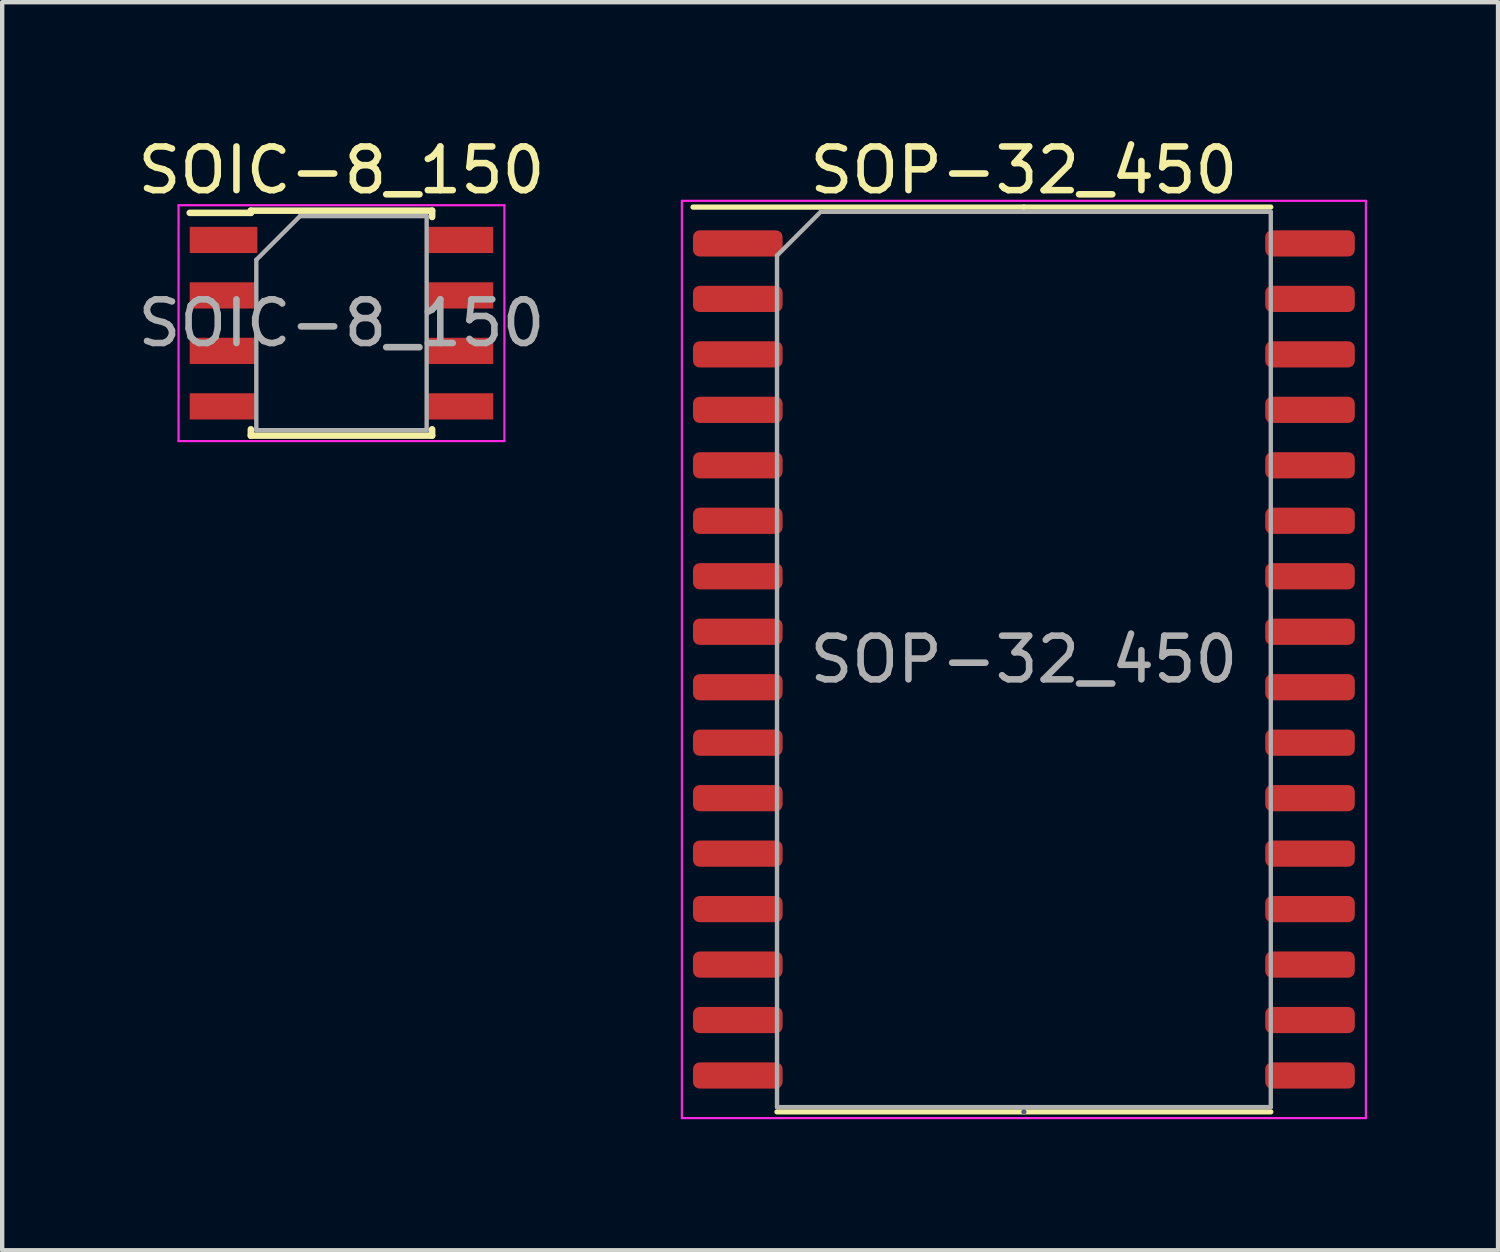
<source format=kicad_pcb>
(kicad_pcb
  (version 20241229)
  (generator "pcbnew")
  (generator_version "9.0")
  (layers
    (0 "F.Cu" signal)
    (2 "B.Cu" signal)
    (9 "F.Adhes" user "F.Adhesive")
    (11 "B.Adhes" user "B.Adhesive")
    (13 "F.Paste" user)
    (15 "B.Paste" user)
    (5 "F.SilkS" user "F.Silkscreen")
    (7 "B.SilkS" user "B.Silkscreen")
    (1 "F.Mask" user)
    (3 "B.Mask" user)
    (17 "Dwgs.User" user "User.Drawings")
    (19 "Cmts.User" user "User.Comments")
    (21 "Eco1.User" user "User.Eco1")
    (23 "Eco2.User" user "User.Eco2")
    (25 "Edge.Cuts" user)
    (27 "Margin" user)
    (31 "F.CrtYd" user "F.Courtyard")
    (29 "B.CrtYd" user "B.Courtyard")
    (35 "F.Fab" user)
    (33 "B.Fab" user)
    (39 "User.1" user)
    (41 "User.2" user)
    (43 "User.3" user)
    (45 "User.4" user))
  (footprint "SOIC-8_150"
    (layer "F.Cu")
    (at 4.768 4.348)
    (property "Reference" "SOIC-8_150" (at 0 -3.5 0) (layer "F.SilkS") (effects (font (size 1 1) (thickness 0.15))))
    (attr smd)
    (fp_line (start -2.075 -2.575) (end -2.075 -2.525) (stroke (width 0.15) (type solid)) (layer "F.SilkS"))
    (fp_line (start -2.075 -2.575) (end 2.075 -2.575) (stroke (width 0.15) (type solid)) (layer "F.SilkS"))
    (fp_line (start -2.075 -2.525) (end -3.475 -2.525) (stroke (width 0.15) (type solid)) (layer "F.SilkS"))
    (fp_line (start -2.075 2.575) (end -2.075 2.43) (stroke (width 0.15) (type solid)) (layer "F.SilkS"))
    (fp_line (start -2.075 2.575) (end 2.075 2.575) (stroke (width 0.15) (type solid)) (layer "F.SilkS"))
    (fp_line (start 2.075 -2.575) (end 2.075 -2.43) (stroke (width 0.15) (type solid)) (layer "F.SilkS"))
    (fp_line (start 2.075 2.575) (end 2.075 2.43) (stroke (width 0.15) (type solid)) (layer "F.SilkS"))
    (fp_line (start -3.73 -2.7) (end -3.73 2.7) (stroke (width 0.05) (type solid)) (layer "F.CrtYd"))
    (fp_line (start -3.73 -2.7) (end 3.73 -2.7) (stroke (width 0.05) (type solid)) (layer "F.CrtYd"))
    (fp_line (start -3.73 2.7) (end 3.73 2.7) (stroke (width 0.05) (type solid)) (layer "F.CrtYd"))
    (fp_line (start 3.73 -2.7) (end 3.73 2.7) (stroke (width 0.05) (type solid)) (layer "F.CrtYd"))
    (fp_line (start -1.95 -1.45) (end -0.95 -2.45) (stroke (width 0.1) (type solid)) (layer "F.Fab"))
    (fp_line (start -1.95 2.45) (end -1.95 -1.45) (stroke (width 0.1) (type solid)) (layer "F.Fab"))
    (fp_line (start -0.95 -2.45) (end 1.95 -2.45) (stroke (width 0.1) (type solid)) (layer "F.Fab"))
    (fp_line (start 1.95 -2.45) (end 1.95 2.45) (stroke (width 0.1) (type solid)) (layer "F.Fab"))
    (fp_line (start 1.95 2.45) (end -1.95 2.45) (stroke (width 0.1) (type solid)) (layer "F.Fab"))
    (fp_text user "${REFERENCE}" (at 0 0 0) (layer "F.Fab") (effects (font (size 1 1) (thickness 0.15))))
    (pad "1" smd rect (at -2.7 -1.905) (size 1.55 0.6) (layers "F.Cu" "F.Mask" "F.Paste"))
    (pad "2" smd rect (at -2.7 -0.635) (size 1.55 0.6) (layers "F.Cu" "F.Mask" "F.Paste"))
    (pad "3" smd rect (at -2.7 0.635) (size 1.55 0.6) (layers "F.Cu" "F.Mask" "F.Paste"))
    (pad "4" smd rect (at -2.7 1.905) (size 1.55 0.6) (layers "F.Cu" "F.Mask" "F.Paste"))
    (pad "5" smd rect (at 2.7 1.905) (size 1.55 0.6) (layers "F.Cu" "F.Mask" "F.Paste"))
    (pad "6" smd rect (at 2.7 0.635) (size 1.55 0.6) (layers "F.Cu" "F.Mask" "F.Paste"))
    (pad "7" smd rect (at 2.7 -0.635) (size 1.55 0.6) (layers "F.Cu" "F.Mask" "F.Paste"))
    (pad "8" smd rect (at 2.7 -1.905) (size 1.55 0.6) (layers "F.Cu" "F.Mask" "F.Paste")))
  (footprint "SOP-32_450"
    (layer "F.Cu")
    (at 20.391 12.048)
    (property "Reference" "SOP-32_450" (at 0 -11.2 0) (layer "F.SilkS") (effects (font (size 1 1) (thickness 0.15))))
    (attr smd)
    (fp_line (start 0 -10.357) (end -7.575 -10.357) (stroke (width 0.12) (type solid)) (layer "F.SilkS"))
    (fp_line (start 0 -10.357) (end 5.652 -10.357) (stroke (width 0.12) (type solid)) (layer "F.SilkS"))
    (fp_line (start 0 10.357) (end -5.652 10.357) (stroke (width 0.12) (type solid)) (layer "F.SilkS"))
    (fp_line (start 0 10.357) (end 5.652 10.357) (stroke (width 0.12) (type solid)) (layer "F.SilkS"))
    (fp_line (start -7.83 -10.5) (end -7.83 10.5) (stroke (width 0.05) (type solid)) (layer "F.CrtYd"))
    (fp_line (start -7.83 10.5) (end 7.83 10.5) (stroke (width 0.05) (type solid)) (layer "F.CrtYd"))
    (fp_line (start 7.83 -10.5) (end -7.83 -10.5) (stroke (width 0.05) (type solid)) (layer "F.CrtYd"))
    (fp_line (start 7.83 10.5) (end 7.83 -10.5) (stroke (width 0.05) (type solid)) (layer "F.CrtYd"))
    (fp_line (start 0 10.357) (end 0 10.357) (stroke (width 0.12) (type solid)) (layer "B.Fab"))
    (fp_line (start -5.652 -9.248) (end -4.652 -10.248) (stroke (width 0.1) (type solid)) (layer "F.Fab"))
    (fp_line (start -5.652 10.248) (end -5.652 -9.248) (stroke (width 0.1) (type solid)) (layer "F.Fab"))
    (fp_line (start -4.652 -10.248) (end 5.652 -10.248) (stroke (width 0.1) (type solid)) (layer "F.Fab"))
    (fp_line (start 5.652 -10.248) (end 5.652 10.248) (stroke (width 0.1) (type solid)) (layer "F.Fab"))
    (fp_line (start 5.652 10.248) (end -5.652 10.248) (stroke (width 0.1) (type solid)) (layer "F.Fab"))
    (fp_text user "${REFERENCE}" (at 0 0 0) (layer "F.Fab") (effects (font (size 1 1) (thickness 0.15))))
    (pad "1" smd roundrect (at -6.55 -9.525) (size 2.05 0.6) (layers "F.Cu" "F.Mask" "F.Paste") (roundrect_rratio 0.25))
    (pad "2" smd roundrect (at -6.55 -8.255) (size 2.05 0.6) (layers "F.Cu" "F.Mask" "F.Paste") (roundrect_rratio 0.25))
    (pad "3" smd roundrect (at -6.55 -6.985) (size 2.05 0.6) (layers "F.Cu" "F.Mask" "F.Paste") (roundrect_rratio 0.25))
    (pad "4" smd roundrect (at -6.55 -5.715) (size 2.05 0.6) (layers "F.Cu" "F.Mask" "F.Paste") (roundrect_rratio 0.25))
    (pad "5" smd roundrect (at -6.55 -4.445) (size 2.05 0.6) (layers "F.Cu" "F.Mask" "F.Paste") (roundrect_rratio 0.25))
    (pad "6" smd roundrect (at -6.55 -3.175) (size 2.05 0.6) (layers "F.Cu" "F.Mask" "F.Paste") (roundrect_rratio 0.25))
    (pad "7" smd roundrect (at -6.55 -1.905) (size 2.05 0.6) (layers "F.Cu" "F.Mask" "F.Paste") (roundrect_rratio 0.25))
    (pad "8" smd roundrect (at -6.55 -0.635) (size 2.05 0.6) (layers "F.Cu" "F.Mask" "F.Paste") (roundrect_rratio 0.25))
    (pad "9" smd roundrect (at -6.55 0.635) (size 2.05 0.6) (layers "F.Cu" "F.Mask" "F.Paste") (roundrect_rratio 0.25))
    (pad "10" smd roundrect (at -6.55 1.905) (size 2.05 0.6) (layers "F.Cu" "F.Mask" "F.Paste") (roundrect_rratio 0.25))
    (pad "11" smd roundrect (at -6.55 3.175) (size 2.05 0.6) (layers "F.Cu" "F.Mask" "F.Paste") (roundrect_rratio 0.25))
    (pad "12" smd roundrect (at -6.55 4.445) (size 2.05 0.6) (layers "F.Cu" "F.Mask" "F.Paste") (roundrect_rratio 0.25))
    (pad "13" smd roundrect (at -6.55 5.715) (size 2.05 0.6) (layers "F.Cu" "F.Mask" "F.Paste") (roundrect_rratio 0.25))
    (pad "14" smd roundrect (at -6.55 6.985) (size 2.05 0.6) (layers "F.Cu" "F.Mask" "F.Paste") (roundrect_rratio 0.25))
    (pad "15" smd roundrect (at -6.55 8.255) (size 2.05 0.6) (layers "F.Cu" "F.Mask" "F.Paste") (roundrect_rratio 0.25))
    (pad "16" smd roundrect (at -6.55 9.525) (size 2.05 0.6) (layers "F.Cu" "F.Mask" "F.Paste") (roundrect_rratio 0.25))
    (pad "17" smd roundrect (at 6.55 9.525) (size 2.05 0.6) (layers "F.Cu" "F.Mask" "F.Paste") (roundrect_rratio 0.25))
    (pad "18" smd roundrect (at 6.55 8.255) (size 2.05 0.6) (layers "F.Cu" "F.Mask" "F.Paste") (roundrect_rratio 0.25))
    (pad "19" smd roundrect (at 6.55 6.985) (size 2.05 0.6) (layers "F.Cu" "F.Mask" "F.Paste") (roundrect_rratio 0.25))
    (pad "20" smd roundrect (at 6.55 5.715) (size 2.05 0.6) (layers "F.Cu" "F.Mask" "F.Paste") (roundrect_rratio 0.25))
    (pad "21" smd roundrect (at 6.55 4.445) (size 2.05 0.6) (layers "F.Cu" "F.Mask" "F.Paste") (roundrect_rratio 0.25))
    (pad "22" smd roundrect (at 6.55 3.175) (size 2.05 0.6) (layers "F.Cu" "F.Mask" "F.Paste") (roundrect_rratio 0.25))
    (pad "23" smd roundrect (at 6.55 1.905) (size 2.05 0.6) (layers "F.Cu" "F.Mask" "F.Paste") (roundrect_rratio 0.25))
    (pad "24" smd roundrect (at 6.55 0.635) (size 2.05 0.6) (layers "F.Cu" "F.Mask" "F.Paste") (roundrect_rratio 0.25))
    (pad "25" smd roundrect (at 6.55 -0.635) (size 2.05 0.6) (layers "F.Cu" "F.Mask" "F.Paste") (roundrect_rratio 0.25))
    (pad "26" smd roundrect (at 6.55 -1.905) (size 2.05 0.6) (layers "F.Cu" "F.Mask" "F.Paste") (roundrect_rratio 0.25))
    (pad "27" smd roundrect (at 6.55 -3.175) (size 2.05 0.6) (layers "F.Cu" "F.Mask" "F.Paste") (roundrect_rratio 0.25))
    (pad "28" smd roundrect (at 6.55 -4.445) (size 2.05 0.6) (layers "F.Cu" "F.Mask" "F.Paste") (roundrect_rratio 0.25))
    (pad "29" smd roundrect (at 6.55 -5.715) (size 2.05 0.6) (layers "F.Cu" "F.Mask" "F.Paste") (roundrect_rratio 0.25))
    (pad "30" smd roundrect (at 6.55 -6.985) (size 2.05 0.6) (layers "F.Cu" "F.Mask" "F.Paste") (roundrect_rratio 0.25))
    (pad "31" smd roundrect (at 6.55 -8.255) (size 2.05 0.6) (layers "F.Cu" "F.Mask" "F.Paste") (roundrect_rratio 0.25))
    (pad "32" smd roundrect (at 6.55 -9.525) (size 2.05 0.6) (layers "F.Cu" "F.Mask" "F.Paste") (roundrect_rratio 0.25)))
  (gr_rect
    (start -3 -3)
    (end 31.246 25.573)
    (stroke (width 0.1) (type default))
    (fill no)
    (layer "Edge.Cuts")))
</source>
